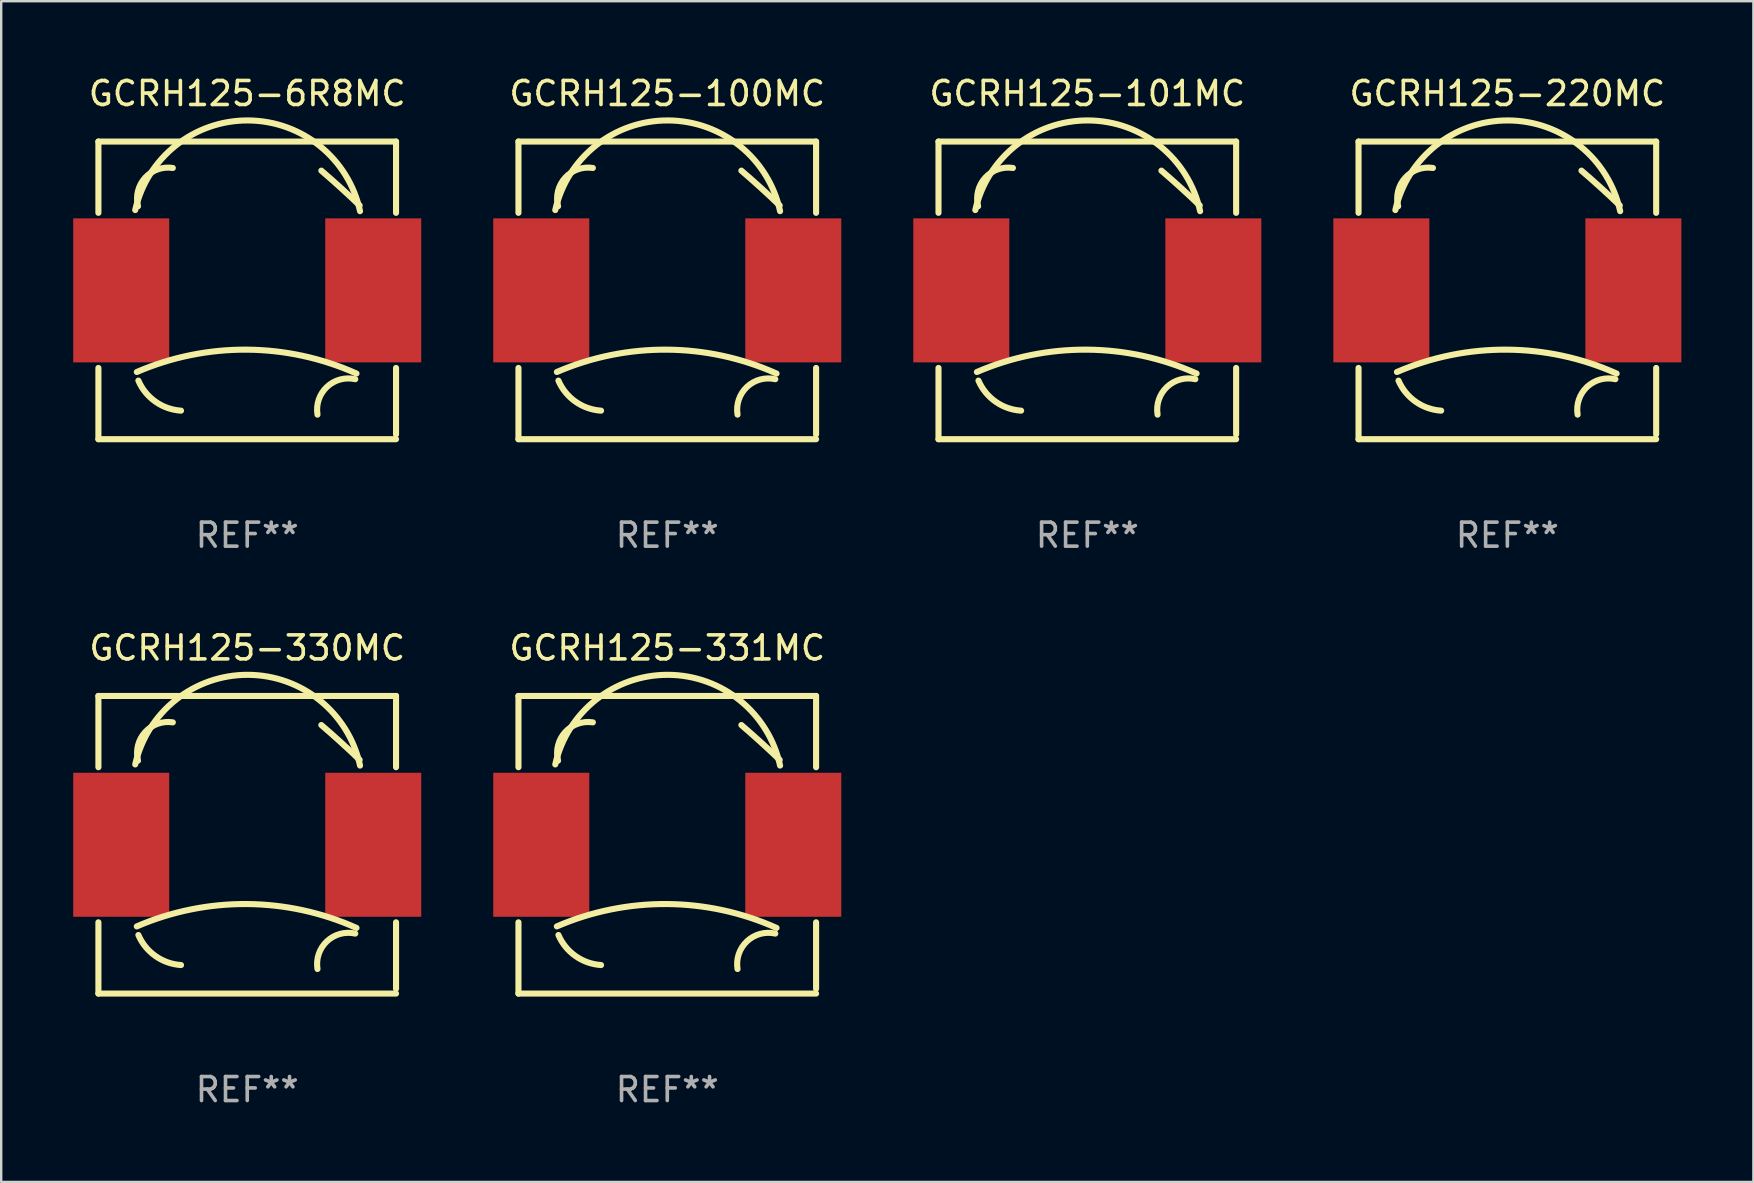
<source format=kicad_pcb>
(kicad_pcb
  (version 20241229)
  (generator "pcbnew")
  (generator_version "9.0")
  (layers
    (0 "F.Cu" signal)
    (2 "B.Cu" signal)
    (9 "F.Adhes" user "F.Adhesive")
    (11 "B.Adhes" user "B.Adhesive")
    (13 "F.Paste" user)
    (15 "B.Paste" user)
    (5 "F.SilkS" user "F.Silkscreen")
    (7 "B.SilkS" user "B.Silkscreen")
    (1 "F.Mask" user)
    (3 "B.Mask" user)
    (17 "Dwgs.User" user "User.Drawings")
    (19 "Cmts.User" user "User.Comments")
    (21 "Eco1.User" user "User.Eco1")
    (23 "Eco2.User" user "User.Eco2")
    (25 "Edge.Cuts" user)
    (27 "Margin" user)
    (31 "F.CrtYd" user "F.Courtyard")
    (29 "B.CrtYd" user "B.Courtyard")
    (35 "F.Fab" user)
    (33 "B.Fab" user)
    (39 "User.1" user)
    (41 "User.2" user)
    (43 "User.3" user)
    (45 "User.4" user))
  (footprint "GCRH125-220MC"
    (layer "F.Cu")
    (at 59.75 9.048)
    (property "Reference" "GCRH125-220MC" (at 0 -8.2 0) (layer "F.SilkS") (effects (font (size 1 1) (thickness 0.15))))
    (attr through_hole)
    (fp_line (start -6.2 -6.2) (end -6.2 -3.231) (stroke (width 0.254) (type solid)) (layer "F.SilkS"))
    (fp_line (start -6.2 -6.2) (end 6.2 -6.2) (stroke (width 0.254) (type solid)) (layer "F.SilkS"))
    (fp_line (start -6.2 3.231) (end -6.2 6.2) (stroke (width 0.254) (type solid)) (layer "F.SilkS"))
    (fp_line (start -6.2 6.2) (end 6.2 6.2) (stroke (width 0.254) (type solid)) (layer "F.SilkS"))
    (fp_line (start 6.2 -6.2) (end 6.2 -3.231) (stroke (width 0.254) (type solid)) (layer "F.SilkS"))
    (fp_line (start 6.2 3.231) (end 6.2 6) (stroke (width 0.254) (type solid)) (layer "F.SilkS"))
    (fp_arc (start -4.666268 -3.347523) (mid 0.035925 -7.080035) (end 4.7 -3.3) (stroke (width 0.254001) (type solid)) (layer "F.SilkS"))
    (fp_arc (start -4.6 3.4) (mid -0.017181 2.469621) (end 4.552248 3.463678) (stroke (width 0.254001) (type solid)) (layer "F.SilkS"))
    (fp_arc (start -4.54986 -3.504115) (mid -4.254361 -4.692196) (end -3.1 -5.099999) (stroke (width 0.254001) (type solid)) (layer "F.SilkS"))
    (fp_arc (start -2.758293 5.011176) (mid -3.822943 4.635946) (end -4.534316 3.759462) (stroke (width 0.254001) (type solid)) (layer "F.SilkS"))
    (fp_arc (start 2.927153 5.17587) (mid 3.321583 4.020185) (end 4.5 3.7) (stroke (width 0.254001) (type solid)) (layer "F.SilkS"))
    (fp_arc (start 3.08763 -4.988189) (mid 3.895745 -4.274456) (end 4.683515 -3.538329) (stroke (width 0.254001) (type solid)) (layer "F.SilkS"))
    (fp_circle (center -6.15 6.15) (end -6.12 6.15) (stroke (width 0.06) (type solid)) (fill no) (layer "F.SilkS"))
    (fp_text user "REF**" (at 0 10.2 0) (layer "F.Fab") (effects (font (size 1 1) (thickness 0.15))))
    (pad "1" smd rect (at -5.25 0) (size 4 6) (layers "F.Cu" "F.Mask" "F.Paste"))
    (pad "2" smd rect (at 5.25 0) (size 4 6) (layers "F.Cu" "F.Mask" "F.Paste")))
  (footprint "GCRH125-101MC"
    (layer "F.Cu")
    (at 42.25 9.048)
    (property "Reference" "GCRH125-101MC" (at 0 -8.2 0) (layer "F.SilkS") (effects (font (size 1 1) (thickness 0.15))))
    (attr through_hole)
    (fp_line (start -6.2 -6.2) (end -6.2 -3.231) (stroke (width 0.254) (type solid)) (layer "F.SilkS"))
    (fp_line (start -6.2 -6.2) (end 6.2 -6.2) (stroke (width 0.254) (type solid)) (layer "F.SilkS"))
    (fp_line (start -6.2 3.231) (end -6.2 6.2) (stroke (width 0.254) (type solid)) (layer "F.SilkS"))
    (fp_line (start -6.2 6.2) (end 6.2 6.2) (stroke (width 0.254) (type solid)) (layer "F.SilkS"))
    (fp_line (start 6.2 -6.2) (end 6.2 -3.231) (stroke (width 0.254) (type solid)) (layer "F.SilkS"))
    (fp_line (start 6.2 3.231) (end 6.2 6) (stroke (width 0.254) (type solid)) (layer "F.SilkS"))
    (fp_arc (start -4.666268 -3.347523) (mid 0.035925 -7.080035) (end 4.7 -3.3) (stroke (width 0.254001) (type solid)) (layer "F.SilkS"))
    (fp_arc (start -4.6 3.4) (mid -0.017181 2.469621) (end 4.552248 3.463678) (stroke (width 0.254001) (type solid)) (layer "F.SilkS"))
    (fp_arc (start -4.54986 -3.504115) (mid -4.254361 -4.692196) (end -3.1 -5.099999) (stroke (width 0.254001) (type solid)) (layer "F.SilkS"))
    (fp_arc (start -2.758293 5.011176) (mid -3.822943 4.635946) (end -4.534316 3.759462) (stroke (width 0.254001) (type solid)) (layer "F.SilkS"))
    (fp_arc (start 2.927153 5.17587) (mid 3.321583 4.020185) (end 4.5 3.7) (stroke (width 0.254001) (type solid)) (layer "F.SilkS"))
    (fp_arc (start 3.08763 -4.988189) (mid 3.895745 -4.274456) (end 4.683515 -3.538329) (stroke (width 0.254001) (type solid)) (layer "F.SilkS"))
    (fp_circle (center -6.15 6.15) (end -6.12 6.15) (stroke (width 0.06) (type solid)) (fill no) (layer "F.SilkS"))
    (fp_text user "REF**" (at 0 10.2 0) (layer "F.Fab") (effects (font (size 1 1) (thickness 0.15))))
    (pad "1" smd rect (at -5.25 0) (size 4 6) (layers "F.Cu" "F.Mask" "F.Paste"))
    (pad "2" smd rect (at 5.25 0) (size 4 6) (layers "F.Cu" "F.Mask" "F.Paste")))
  (footprint "GCRH125-330MC"
    (layer "F.Cu")
    (at 7.25 32.145)
    (property "Reference" "GCRH125-330MC" (at 0 -8.2 0) (layer "F.SilkS") (effects (font (size 1 1) (thickness 0.15))))
    (attr through_hole)
    (fp_line (start -6.2 -6.2) (end -6.2 -3.231) (stroke (width 0.254) (type solid)) (layer "F.SilkS"))
    (fp_line (start -6.2 -6.2) (end 6.2 -6.2) (stroke (width 0.254) (type solid)) (layer "F.SilkS"))
    (fp_line (start -6.2 3.231) (end -6.2 6.2) (stroke (width 0.254) (type solid)) (layer "F.SilkS"))
    (fp_line (start -6.2 6.2) (end 6.2 6.2) (stroke (width 0.254) (type solid)) (layer "F.SilkS"))
    (fp_line (start 6.2 -6.2) (end 6.2 -3.231) (stroke (width 0.254) (type solid)) (layer "F.SilkS"))
    (fp_line (start 6.2 3.231) (end 6.2 6) (stroke (width 0.254) (type solid)) (layer "F.SilkS"))
    (fp_arc (start -4.666268 -3.347523) (mid 0.035925 -7.080035) (end 4.7 -3.3) (stroke (width 0.254001) (type solid)) (layer "F.SilkS"))
    (fp_arc (start -4.6 3.4) (mid -0.017181 2.469621) (end 4.552248 3.463678) (stroke (width 0.254001) (type solid)) (layer "F.SilkS"))
    (fp_arc (start -4.54986 -3.504115) (mid -4.254361 -4.692196) (end -3.1 -5.099999) (stroke (width 0.254001) (type solid)) (layer "F.SilkS"))
    (fp_arc (start -2.758293 5.011176) (mid -3.822943 4.635946) (end -4.534316 3.759462) (stroke (width 0.254001) (type solid)) (layer "F.SilkS"))
    (fp_arc (start 2.927153 5.17587) (mid 3.321583 4.020185) (end 4.5 3.7) (stroke (width 0.254001) (type solid)) (layer "F.SilkS"))
    (fp_arc (start 3.08763 -4.988189) (mid 3.895745 -4.274456) (end 4.683515 -3.538329) (stroke (width 0.254001) (type solid)) (layer "F.SilkS"))
    (fp_circle (center -6.15 6.15) (end -6.12 6.15) (stroke (width 0.06) (type solid)) (fill no) (layer "F.SilkS"))
    (fp_text user "REF**" (at 0 10.2 0) (layer "F.Fab") (effects (font (size 1 1) (thickness 0.15))))
    (pad "1" smd rect (at -5.25 0) (size 4 6) (layers "F.Cu" "F.Mask" "F.Paste"))
    (pad "2" smd rect (at 5.25 0) (size 4 6) (layers "F.Cu" "F.Mask" "F.Paste")))
  (footprint "GCRH125-100MC"
    (layer "F.Cu")
    (at 24.75 9.048)
    (property "Reference" "GCRH125-100MC" (at 0 -8.2 0) (layer "F.SilkS") (effects (font (size 1 1) (thickness 0.15))))
    (attr through_hole)
    (fp_line (start -6.2 -6.2) (end -6.2 -3.231) (stroke (width 0.254) (type solid)) (layer "F.SilkS"))
    (fp_line (start -6.2 -6.2) (end 6.2 -6.2) (stroke (width 0.254) (type solid)) (layer "F.SilkS"))
    (fp_line (start -6.2 3.231) (end -6.2 6.2) (stroke (width 0.254) (type solid)) (layer "F.SilkS"))
    (fp_line (start -6.2 6.2) (end 6.2 6.2) (stroke (width 0.254) (type solid)) (layer "F.SilkS"))
    (fp_line (start 6.2 -6.2) (end 6.2 -3.231) (stroke (width 0.254) (type solid)) (layer "F.SilkS"))
    (fp_line (start 6.2 3.231) (end 6.2 6) (stroke (width 0.254) (type solid)) (layer "F.SilkS"))
    (fp_arc (start -4.666268 -3.347523) (mid 0.035925 -7.080035) (end 4.7 -3.3) (stroke (width 0.254001) (type solid)) (layer "F.SilkS"))
    (fp_arc (start -4.6 3.4) (mid -0.017181 2.469621) (end 4.552248 3.463678) (stroke (width 0.254001) (type solid)) (layer "F.SilkS"))
    (fp_arc (start -4.54986 -3.504115) (mid -4.254361 -4.692196) (end -3.1 -5.099999) (stroke (width 0.254001) (type solid)) (layer "F.SilkS"))
    (fp_arc (start -2.758293 5.011176) (mid -3.822943 4.635946) (end -4.534316 3.759462) (stroke (width 0.254001) (type solid)) (layer "F.SilkS"))
    (fp_arc (start 2.927153 5.17587) (mid 3.321583 4.020185) (end 4.5 3.7) (stroke (width 0.254001) (type solid)) (layer "F.SilkS"))
    (fp_arc (start 3.08763 -4.988189) (mid 3.895745 -4.274456) (end 4.683515 -3.538329) (stroke (width 0.254001) (type solid)) (layer "F.SilkS"))
    (fp_circle (center -6.15 6.15) (end -6.12 6.15) (stroke (width 0.06) (type solid)) (fill no) (layer "F.SilkS"))
    (fp_text user "REF**" (at 0 10.2 0) (layer "F.Fab") (effects (font (size 1 1) (thickness 0.15))))
    (pad "1" smd rect (at -5.25 0) (size 4 6) (layers "F.Cu" "F.Mask" "F.Paste"))
    (pad "2" smd rect (at 5.25 0) (size 4 6) (layers "F.Cu" "F.Mask" "F.Paste")))
  (footprint "GCRH125-331MC"
    (layer "F.Cu")
    (at 24.75 32.145)
    (property "Reference" "GCRH125-331MC" (at 0 -8.2 0) (layer "F.SilkS") (effects (font (size 1 1) (thickness 0.15))))
    (attr through_hole)
    (fp_line (start -6.2 -6.2) (end -6.2 -3.231) (stroke (width 0.254) (type solid)) (layer "F.SilkS"))
    (fp_line (start -6.2 -6.2) (end 6.2 -6.2) (stroke (width 0.254) (type solid)) (layer "F.SilkS"))
    (fp_line (start -6.2 3.231) (end -6.2 6.2) (stroke (width 0.254) (type solid)) (layer "F.SilkS"))
    (fp_line (start -6.2 6.2) (end 6.2 6.2) (stroke (width 0.254) (type solid)) (layer "F.SilkS"))
    (fp_line (start 6.2 -6.2) (end 6.2 -3.231) (stroke (width 0.254) (type solid)) (layer "F.SilkS"))
    (fp_line (start 6.2 3.231) (end 6.2 6) (stroke (width 0.254) (type solid)) (layer "F.SilkS"))
    (fp_arc (start -4.666268 -3.347523) (mid 0.035925 -7.080035) (end 4.7 -3.3) (stroke (width 0.254001) (type solid)) (layer "F.SilkS"))
    (fp_arc (start -4.6 3.4) (mid -0.017181 2.469621) (end 4.552248 3.463678) (stroke (width 0.254001) (type solid)) (layer "F.SilkS"))
    (fp_arc (start -4.54986 -3.504115) (mid -4.254361 -4.692196) (end -3.1 -5.099999) (stroke (width 0.254001) (type solid)) (layer "F.SilkS"))
    (fp_arc (start -2.758293 5.011176) (mid -3.822943 4.635946) (end -4.534316 3.759462) (stroke (width 0.254001) (type solid)) (layer "F.SilkS"))
    (fp_arc (start 2.927153 5.17587) (mid 3.321583 4.020185) (end 4.5 3.7) (stroke (width 0.254001) (type solid)) (layer "F.SilkS"))
    (fp_arc (start 3.08763 -4.988189) (mid 3.895745 -4.274456) (end 4.683515 -3.538329) (stroke (width 0.254001) (type solid)) (layer "F.SilkS"))
    (fp_circle (center -6.15 6.15) (end -6.12 6.15) (stroke (width 0.06) (type solid)) (fill no) (layer "F.SilkS"))
    (fp_text user "REF**" (at 0 10.2 0) (layer "F.Fab") (effects (font (size 1 1) (thickness 0.15))))
    (pad "1" smd rect (at -5.25 0) (size 4 6) (layers "F.Cu" "F.Mask" "F.Paste"))
    (pad "2" smd rect (at 5.25 0) (size 4 6) (layers "F.Cu" "F.Mask" "F.Paste")))
  (footprint "GCRH125-6R8MC"
    (layer "F.Cu")
    (at 7.25 9.048)
    (property "Reference" "GCRH125-6R8MC" (at 0 -8.2 0) (layer "F.SilkS") (effects (font (size 1 1) (thickness 0.15))))
    (attr through_hole)
    (fp_line (start -6.2 -6.2) (end -6.2 -3.231) (stroke (width 0.254) (type solid)) (layer "F.SilkS"))
    (fp_line (start -6.2 -6.2) (end 6.2 -6.2) (stroke (width 0.254) (type solid)) (layer "F.SilkS"))
    (fp_line (start -6.2 3.231) (end -6.2 6.2) (stroke (width 0.254) (type solid)) (layer "F.SilkS"))
    (fp_line (start -6.2 6.2) (end 6.2 6.2) (stroke (width 0.254) (type solid)) (layer "F.SilkS"))
    (fp_line (start 6.2 -6.2) (end 6.2 -3.231) (stroke (width 0.254) (type solid)) (layer "F.SilkS"))
    (fp_line (start 6.2 3.231) (end 6.2 6) (stroke (width 0.254) (type solid)) (layer "F.SilkS"))
    (fp_arc (start -4.666268 -3.347523) (mid 0.035925 -7.080035) (end 4.7 -3.3) (stroke (width 0.254001) (type solid)) (layer "F.SilkS"))
    (fp_arc (start -4.6 3.4) (mid -0.017181 2.469621) (end 4.552248 3.463678) (stroke (width 0.254001) (type solid)) (layer "F.SilkS"))
    (fp_arc (start -4.54986 -3.504115) (mid -4.254361 -4.692196) (end -3.1 -5.099999) (stroke (width 0.254001) (type solid)) (layer "F.SilkS"))
    (fp_arc (start -2.758293 5.011176) (mid -3.822943 4.635946) (end -4.534316 3.759462) (stroke (width 0.254001) (type solid)) (layer "F.SilkS"))
    (fp_arc (start 2.927153 5.17587) (mid 3.321583 4.020185) (end 4.5 3.7) (stroke (width 0.254001) (type solid)) (layer "F.SilkS"))
    (fp_arc (start 3.08763 -4.988189) (mid 3.895745 -4.274456) (end 4.683515 -3.538329) (stroke (width 0.254001) (type solid)) (layer "F.SilkS"))
    (fp_circle (center -6.15 6.15) (end -6.12 6.15) (stroke (width 0.06) (type solid)) (fill no) (layer "F.SilkS"))
    (fp_text user "REF**" (at 0 10.2 0) (layer "F.Fab") (effects (font (size 1 1) (thickness 0.15))))
    (pad "1" smd rect (at -5.25 0) (size 4 6) (layers "F.Cu" "F.Mask" "F.Paste"))
    (pad "2" smd rect (at 5.25 0) (size 4 6) (layers "F.Cu" "F.Mask" "F.Paste")))
  (gr_rect
    (start -3 -3)
    (end 70 46.193)
    (stroke (width 0.1) (type default))
    (fill no)
    (layer "Edge.Cuts")))
</source>
